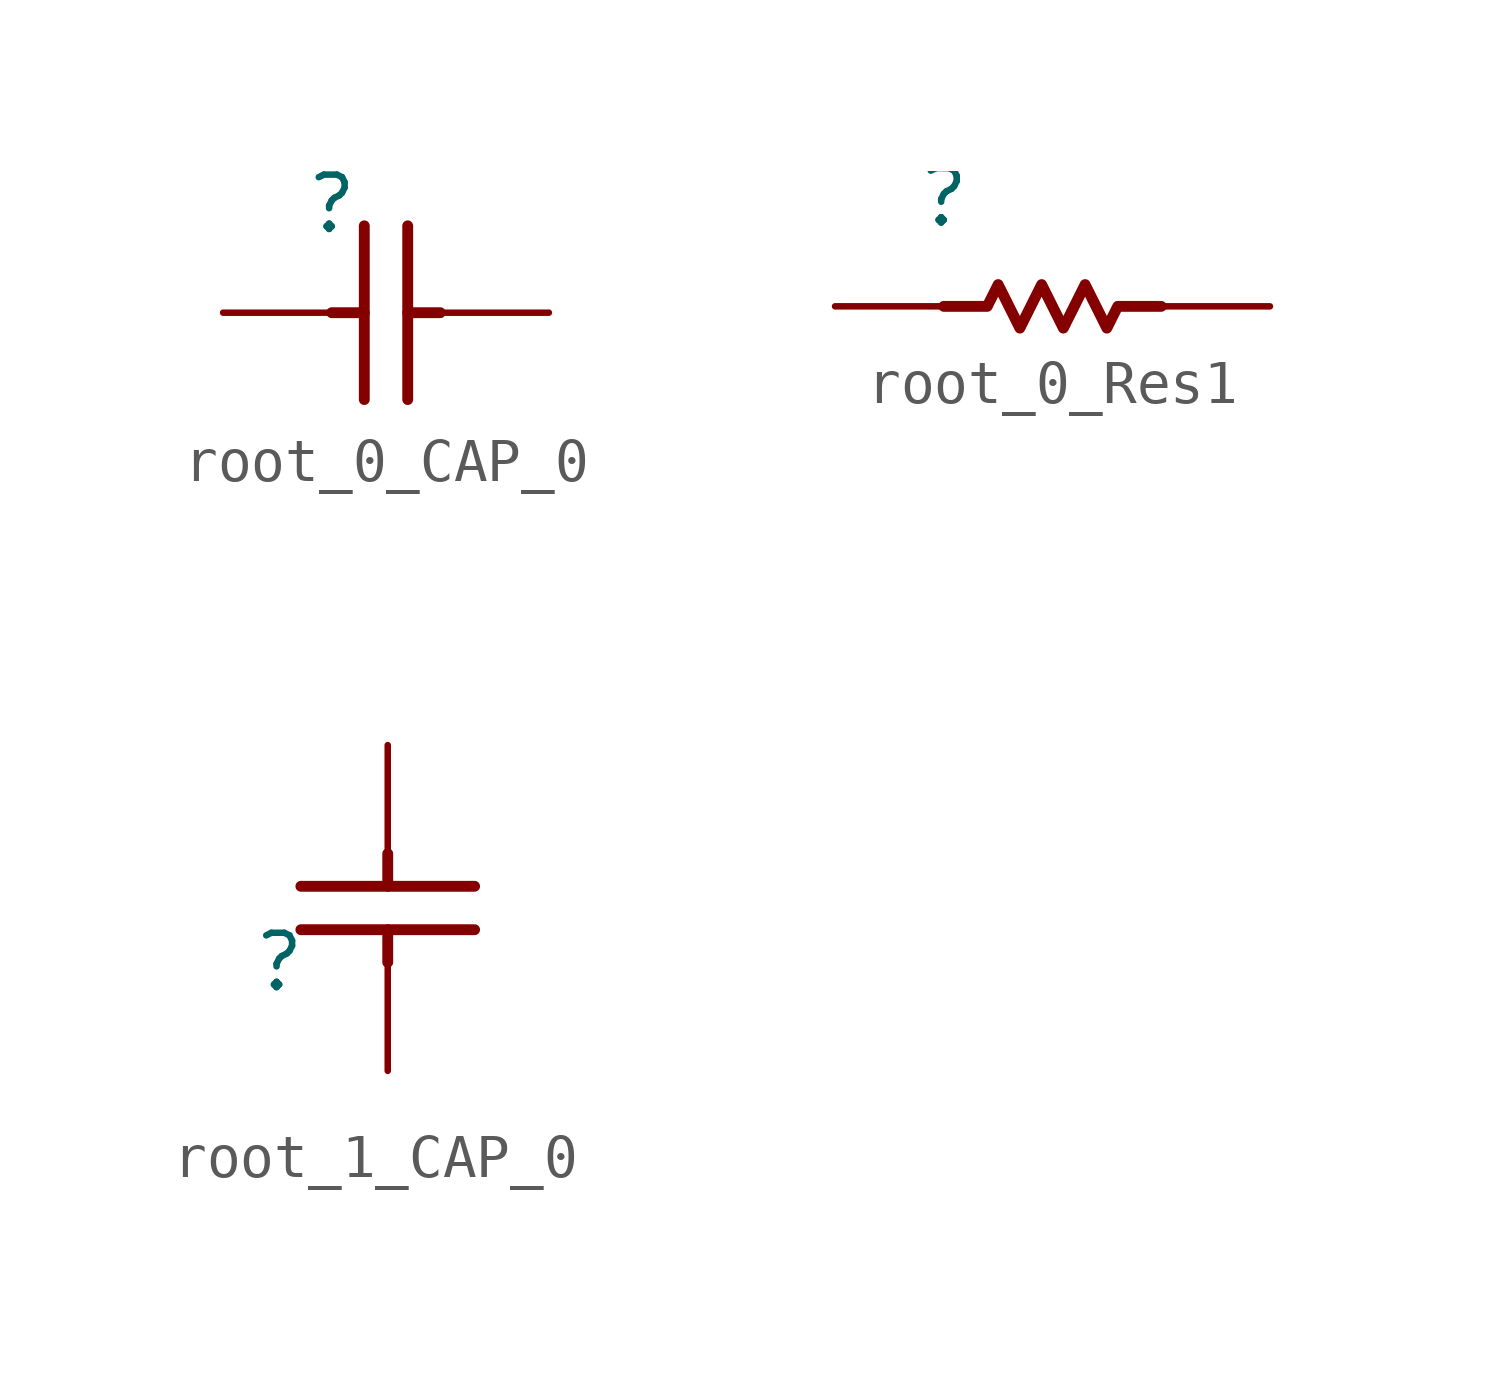
<source format=kicad_sym>
(kicad_symbol_lib
  (version 20231120)
  (generator "kicad_symbol_editor")
  (generator_version "8.0")
  (symbol "root_0_CAP_0"
    (property "Reference" ""
      (at 0 0 0)
      (effects (font (size 1.27 1.27))))
    (property "Value" ""
      (at 0 0 0)
      (effects (font (size 1.27 1.27))))
    (symbol "root_0_CAP_0_1_0"
      (polyline (pts (xy 0 -2.54) (xy 0.762 -2.54)) (stroke (width 0.254) (type solid)) (fill (type none)))
      (polyline (pts (xy 0.762 -4.572) (xy 0.762 -0.508)) (stroke (width 0.254) (type solid)) (fill (type none)))
      (polyline (pts (xy 1.778 -0.508) (xy 1.778 -4.572)) (stroke (width 0.254) (type solid)) (fill (type none)))
      (polyline (pts (xy 2.54 -2.54) (xy 1.778 -2.54)) (stroke (width 0.254) (type solid)) (fill (type none)))
      (pin passive line (at -2.54 -2.54 0) (length 2.54) (name "1" (effects (font (size 0 0)))) (number "1" (effects (font (size 0 0)))))
      (pin passive line (at 5.08 -2.54 180) (length 2.54) (name "2" (effects (font (size 0 0)))) (number "2" (effects (font (size 0 0)))))))
  (symbol "root_0_Res1"
    (property "Reference" ""
      (at 0 0 0)
      (effects (font (size 1.27 1.27))))
    (property "Value" ""
      (at 0 0 0)
      (effects (font (size 1.27 1.27))))
    (symbol "root_0_Res1_1_0"
      (polyline (pts (xy 5.08 -2.54) (xy 4.064 -2.54) (xy 3.81 -3.048) (xy 3.302 -2.032) (xy 2.794 -3.048) (xy 2.286 -2.032) (xy 1.778 -3.048) (xy 1.27 -2.032) (xy 1.016 -2.54) (xy 0 -2.54)) (stroke (width 0.254) (type solid)) (fill (type none)))
      (pin passive line (at -2.54 -2.54 0) (length 2.54) (name "1" (effects (font (size 0 0)))) (number "1" (effects (font (size 0 0)))))
      (pin passive line (at 7.62 -2.54 180) (length 2.54) (name "2" (effects (font (size 0 0)))) (number "2" (effects (font (size 0 0)))))))
  (symbol "root_1_CAP_0"
    (property "Reference" ""
      (at 0 0 0)
      (effects (font (size 1.27 1.27))))
    (property "Value" ""
      (at 0 0 0)
      (effects (font (size 1.27 1.27))))
    (symbol "root_1_CAP_0_1_0"
      (polyline (pts (xy 0.508 1.778) (xy 4.572 1.778)) (stroke (width 0.254) (type solid)) (fill (type none)))
      (polyline (pts (xy 2.54 0) (xy 2.54 0.762)) (stroke (width 0.254) (type solid)) (fill (type none)))
      (polyline (pts (xy 2.54 2.54) (xy 2.54 1.778)) (stroke (width 0.254) (type solid)) (fill (type none)))
      (polyline (pts (xy 4.572 0.762) (xy 0.508 0.762)) (stroke (width 0.254) (type solid)) (fill (type none)))
      (pin passive line (at 2.54 -2.54 90) (length 2.54) (name "1" (effects (font (size 0 0)))) (number "1" (effects (font (size 0 0)))))
      (pin passive line (at 2.54 5.08 270) (length 2.54) (name "2" (effects (font (size 0 0)))) (number "2" (effects (font (size 0 0))))))))
</source>
